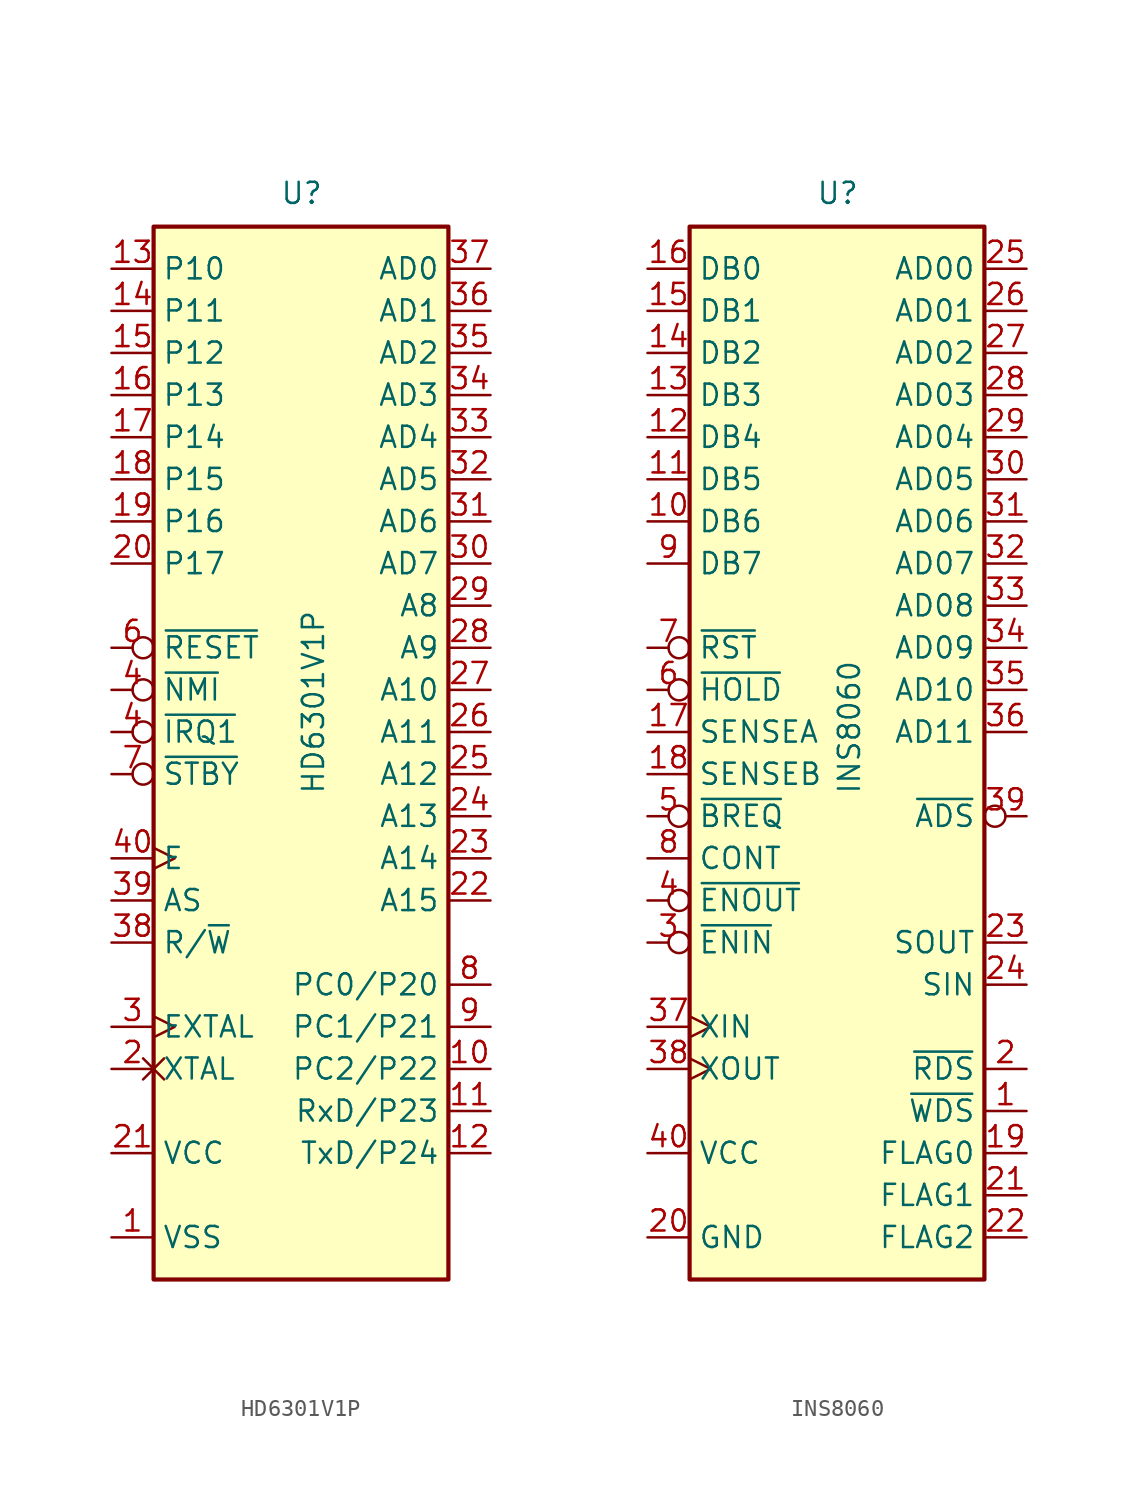
<source format=kicad_sym>
(kicad_symbol_lib
  (version 20220914)
  (generator kicad_symbol_editor)
  (symbol "HD6301V1P"
    (property "Reference" "U"
      (at -1.27 31.75 0)
      (effects (font (size 1.27 1.27)) (justify left bottom)))
    (property "Value" "HD6301V1P"
      (at 0 -3.81 90)
      (effects (font (size 1.27 1.27)) (justify left top)))
    (symbol "HD6301V1P_0_1"
      (rectangle (start -8.89 -33.02) (end 8.89 30.48) (stroke (width 0.254) (type default)) (fill (type background))))
    (symbol "HD6301V1P_1_1"
      (pin power_in line (at -11.43 -30.48 0) (length 2.54) (name "VSS" (effects (font (size 1.27 1.27)))) (number "1" (effects (font (size 1.27 1.27)))))
      (pin input line (at 11.43 -20.32 180) (length 2.54) (name "PC2/P22" (effects (font (size 1.27 1.27)))) (number "10" (effects (font (size 1.27 1.27)))))
      (pin input line (at 11.43 -22.86 180) (length 2.54) (name "RxD/P23" (effects (font (size 1.27 1.27)))) (number "11" (effects (font (size 1.27 1.27)))))
      (pin output line (at 11.43 -25.4 180) (length 2.54) (name "TxD/P24" (effects (font (size 1.27 1.27)))) (number "12" (effects (font (size 1.27 1.27)))))
      (pin bidirectional line (at -11.43 27.94 0) (length 2.54) (name "P10" (effects (font (size 1.27 1.27)))) (number "13" (effects (font (size 1.27 1.27)))))
      (pin bidirectional line (at -11.43 25.4 0) (length 2.54) (name "P11" (effects (font (size 1.27 1.27)))) (number "14" (effects (font (size 1.27 1.27)))))
      (pin bidirectional line (at -11.43 22.86 0) (length 2.54) (name "P12" (effects (font (size 1.27 1.27)))) (number "15" (effects (font (size 1.27 1.27)))))
      (pin bidirectional line (at -11.43 20.32 0) (length 2.54) (name "P13" (effects (font (size 1.27 1.27)))) (number "16" (effects (font (size 1.27 1.27)))))
      (pin bidirectional line (at -11.43 17.78 0) (length 2.54) (name "P14" (effects (font (size 1.27 1.27)))) (number "17" (effects (font (size 1.27 1.27)))))
      (pin bidirectional line (at -11.43 15.24 0) (length 2.54) (name "P15" (effects (font (size 1.27 1.27)))) (number "18" (effects (font (size 1.27 1.27)))))
      (pin bidirectional line (at -11.43 12.7 0) (length 2.54) (name "P16" (effects (font (size 1.27 1.27)))) (number "19" (effects (font (size 1.27 1.27)))))
      (pin input non_logic (at -11.43 -20.32 0) (length 2.54) (name "XTAL" (effects (font (size 1.27 1.27)))) (number "2" (effects (font (size 1.27 1.27)))))
      (pin bidirectional line (at -11.43 10.16 0) (length 2.54) (name "P17" (effects (font (size 1.27 1.27)))) (number "20" (effects (font (size 1.27 1.27)))))
      (pin power_in line (at -11.43 -25.4 0) (length 2.54) (name "VCC" (effects (font (size 1.27 1.27)))) (number "21" (effects (font (size 1.27 1.27)))))
      (pin output line (at 11.43 -10.16 180) (length 2.54) (name "A15" (effects (font (size 1.27 1.27)))) (number "22" (effects (font (size 1.27 1.27)))))
      (pin output line (at 11.43 -7.62 180) (length 2.54) (name "A14" (effects (font (size 1.27 1.27)))) (number "23" (effects (font (size 1.27 1.27)))))
      (pin output line (at 11.43 -5.08 180) (length 2.54) (name "A13" (effects (font (size 1.27 1.27)))) (number "24" (effects (font (size 1.27 1.27)))))
      (pin output line (at 11.43 -2.54 180) (length 2.54) (name "A12" (effects (font (size 1.27 1.27)))) (number "25" (effects (font (size 1.27 1.27)))))
      (pin output line (at 11.43 0 180) (length 2.54) (name "A11" (effects (font (size 1.27 1.27)))) (number "26" (effects (font (size 1.27 1.27)))))
      (pin output line (at 11.43 2.54 180) (length 2.54) (name "A10" (effects (font (size 1.27 1.27)))) (number "27" (effects (font (size 1.27 1.27)))))
      (pin output line (at 11.43 5.08 180) (length 2.54) (name "A9" (effects (font (size 1.27 1.27)))) (number "28" (effects (font (size 1.27 1.27)))))
      (pin output line (at 11.43 7.62 180) (length 2.54) (name "A8" (effects (font (size 1.27 1.27)))) (number "29" (effects (font (size 1.27 1.27)))))
      (pin input clock (at -11.43 -17.78 0) (length 2.54) (name "EXTAL" (effects (font (size 1.27 1.27)))) (number "3" (effects (font (size 1.27 1.27)))))
      (pin bidirectional line (at 11.43 10.16 180) (length 2.54) (name "AD7" (effects (font (size 1.27 1.27)))) (number "30" (effects (font (size 1.27 1.27)))))
      (pin bidirectional line (at 11.43 12.7 180) (length 2.54) (name "AD6" (effects (font (size 1.27 1.27)))) (number "31" (effects (font (size 1.27 1.27)))))
      (pin bidirectional line (at 11.43 15.24 180) (length 2.54) (name "AD5" (effects (font (size 1.27 1.27)))) (number "32" (effects (font (size 1.27 1.27)))))
      (pin bidirectional line (at 11.43 17.78 180) (length 2.54) (name "AD4" (effects (font (size 1.27 1.27)))) (number "33" (effects (font (size 1.27 1.27)))))
      (pin bidirectional line (at 11.43 20.32 180) (length 2.54) (name "AD3" (effects (font (size 1.27 1.27)))) (number "34" (effects (font (size 1.27 1.27)))))
      (pin bidirectional line (at 11.43 22.86 180) (length 2.54) (name "AD2" (effects (font (size 1.27 1.27)))) (number "35" (effects (font (size 1.27 1.27)))))
      (pin bidirectional line (at 11.43 25.4 180) (length 2.54) (name "AD1" (effects (font (size 1.27 1.27)))) (number "36" (effects (font (size 1.27 1.27)))))
      (pin bidirectional line (at 11.43 27.94 180) (length 2.54) (name "AD0" (effects (font (size 1.27 1.27)))) (number "37" (effects (font (size 1.27 1.27)))))
      (pin output line (at -11.43 -12.7 0) (length 2.54) (name "R/~{W}" (effects (font (size 1.27 1.27)))) (number "38" (effects (font (size 1.27 1.27)))))
      (pin output line (at -11.43 -10.16 0) (length 2.54) (name "AS" (effects (font (size 1.27 1.27)))) (number "39" (effects (font (size 1.27 1.27)))))
      (pin input inverted (at -11.43 0 0) (length 2.54) (name "~{IRQ1}" (effects (font (size 1.27 1.27)))) (number "4" (effects (font (size 1.27 1.27)))))
      (pin input inverted (at -11.43 2.54 0) (length 2.54) (name "~{NMI}" (effects (font (size 1.27 1.27)))) (number "4" (effects (font (size 1.27 1.27)))))
      (pin output clock (at -11.43 -7.62 0) (length 2.54) (name "E" (effects (font (size 1.27 1.27)))) (number "40" (effects (font (size 1.27 1.27)))))
      (pin input inverted (at -11.43 5.08 0) (length 2.54) (name "~{RESET}" (effects (font (size 1.27 1.27)))) (number "6" (effects (font (size 1.27 1.27)))))
      (pin input inverted (at -11.43 -2.54 0) (length 2.54) (name "~{STBY}" (effects (font (size 1.27 1.27)))) (number "7" (effects (font (size 1.27 1.27)))))
      (pin output line (at 11.43 -15.24 180) (length 2.54) (name "PC0/P20" (effects (font (size 1.27 1.27)))) (number "8" (effects (font (size 1.27 1.27)))))
      (pin input line (at 11.43 -17.78 180) (length 2.54) (name "PC1/P21" (effects (font (size 1.27 1.27)))) (number "9" (effects (font (size 1.27 1.27)))))))
  (symbol "INS8060"
    (property "Reference" "U"
      (at -1.27 31.75 0)
      (effects (font (size 1.27 1.27)) (justify left bottom)))
    (property "Value" "INS8060"
      (at 0 -3.81 90)
      (effects (font (size 1.27 1.27)) (justify left top)))
    (symbol "INS8060_0_1"
      (rectangle (start -8.89 -33.02) (end 8.89 30.48) (stroke (width 0.254) (type default)) (fill (type background))))
    (symbol "INS8060_1_1"
      (pin output line (at 11.43 -22.86 180) (length 2.54) (name "~{WDS}" (effects (font (size 1.27 1.27)))) (number "1" (effects (font (size 1.27 1.27)))))
      (pin bidirectional line (at -11.43 12.7 0) (length 2.54) (name "DB6" (effects (font (size 1.27 1.27)))) (number "10" (effects (font (size 1.27 1.27)))))
      (pin bidirectional line (at -11.43 15.24 0) (length 2.54) (name "DB5" (effects (font (size 1.27 1.27)))) (number "11" (effects (font (size 1.27 1.27)))))
      (pin bidirectional line (at -11.43 17.78 0) (length 2.54) (name "DB4" (effects (font (size 1.27 1.27)))) (number "12" (effects (font (size 1.27 1.27)))))
      (pin bidirectional line (at -11.43 20.32 0) (length 2.54) (name "DB3" (effects (font (size 1.27 1.27)))) (number "13" (effects (font (size 1.27 1.27)))))
      (pin bidirectional line (at -11.43 22.86 0) (length 2.54) (name "DB2" (effects (font (size 1.27 1.27)))) (number "14" (effects (font (size 1.27 1.27)))))
      (pin bidirectional line (at -11.43 25.4 0) (length 2.54) (name "DB1" (effects (font (size 1.27 1.27)))) (number "15" (effects (font (size 1.27 1.27)))))
      (pin bidirectional line (at -11.43 27.94 0) (length 2.54) (name "DB0" (effects (font (size 1.27 1.27)))) (number "16" (effects (font (size 1.27 1.27)))))
      (pin input line (at -11.43 0 0) (length 2.54) (name "SENSEA" (effects (font (size 1.27 1.27)))) (number "17" (effects (font (size 1.27 1.27)))))
      (pin input line (at -11.43 -2.54 0) (length 2.54) (name "SENSEB" (effects (font (size 1.27 1.27)))) (number "18" (effects (font (size 1.27 1.27)))))
      (pin output line (at 11.43 -25.4 180) (length 2.54) (name "FLAG0" (effects (font (size 1.27 1.27)))) (number "19" (effects (font (size 1.27 1.27)))))
      (pin output line (at 11.43 -20.32 180) (length 2.54) (name "~{RDS}" (effects (font (size 1.27 1.27)))) (number "2" (effects (font (size 1.27 1.27)))))
      (pin power_in line (at -11.43 -30.48 0) (length 2.54) (name "GND" (effects (font (size 1.27 1.27)))) (number "20" (effects (font (size 1.27 1.27)))))
      (pin output line (at 11.43 -27.94 180) (length 2.54) (name "FLAG1" (effects (font (size 1.27 1.27)))) (number "21" (effects (font (size 1.27 1.27)))))
      (pin output line (at 11.43 -30.48 180) (length 2.54) (name "FLAG2" (effects (font (size 1.27 1.27)))) (number "22" (effects (font (size 1.27 1.27)))))
      (pin output line (at 11.43 -12.7 180) (length 2.54) (name "SOUT" (effects (font (size 1.27 1.27)))) (number "23" (effects (font (size 1.27 1.27)))))
      (pin input line (at 11.43 -15.24 180) (length 2.54) (name "SIN" (effects (font (size 1.27 1.27)))) (number "24" (effects (font (size 1.27 1.27)))))
      (pin output line (at 11.43 27.94 180) (length 2.54) (name "AD00" (effects (font (size 1.27 1.27)))) (number "25" (effects (font (size 1.27 1.27)))))
      (pin output line (at 11.43 25.4 180) (length 2.54) (name "AD01" (effects (font (size 1.27 1.27)))) (number "26" (effects (font (size 1.27 1.27)))))
      (pin output line (at 11.43 22.86 180) (length 2.54) (name "AD02" (effects (font (size 1.27 1.27)))) (number "27" (effects (font (size 1.27 1.27)))))
      (pin output line (at 11.43 20.32 180) (length 2.54) (name "AD03" (effects (font (size 1.27 1.27)))) (number "28" (effects (font (size 1.27 1.27)))))
      (pin output line (at 11.43 17.78 180) (length 2.54) (name "AD04" (effects (font (size 1.27 1.27)))) (number "29" (effects (font (size 1.27 1.27)))))
      (pin input inverted (at -11.43 -12.7 0) (length 2.54) (name "~{ENIN}" (effects (font (size 1.27 1.27)))) (number "3" (effects (font (size 1.27 1.27)))))
      (pin output line (at 11.43 15.24 180) (length 2.54) (name "AD05" (effects (font (size 1.27 1.27)))) (number "30" (effects (font (size 1.27 1.27)))))
      (pin output line (at 11.43 12.7 180) (length 2.54) (name "AD06" (effects (font (size 1.27 1.27)))) (number "31" (effects (font (size 1.27 1.27)))))
      (pin output line (at 11.43 10.16 180) (length 2.54) (name "AD07" (effects (font (size 1.27 1.27)))) (number "32" (effects (font (size 1.27 1.27)))))
      (pin output line (at 11.43 7.62 180) (length 2.54) (name "AD08" (effects (font (size 1.27 1.27)))) (number "33" (effects (font (size 1.27 1.27)))))
      (pin output line (at 11.43 5.08 180) (length 2.54) (name "AD09" (effects (font (size 1.27 1.27)))) (number "34" (effects (font (size 1.27 1.27)))))
      (pin output line (at 11.43 2.54 180) (length 2.54) (name "AD10" (effects (font (size 1.27 1.27)))) (number "35" (effects (font (size 1.27 1.27)))))
      (pin output line (at 11.43 0 180) (length 2.54) (name "AD11" (effects (font (size 1.27 1.27)))) (number "36" (effects (font (size 1.27 1.27)))))
      (pin input clock (at -11.43 -17.78 0) (length 2.54) (name "XIN" (effects (font (size 1.27 1.27)))) (number "37" (effects (font (size 1.27 1.27)))))
      (pin output clock (at -11.43 -20.32 0) (length 2.54) (name "XOUT" (effects (font (size 1.27 1.27)))) (number "38" (effects (font (size 1.27 1.27)))))
      (pin output inverted (at 11.43 -5.08 180) (length 2.54) (name "~{ADS}" (effects (font (size 1.27 1.27)))) (number "39" (effects (font (size 1.27 1.27)))))
      (pin output inverted (at -11.43 -10.16 0) (length 2.54) (name "~{ENOUT}" (effects (font (size 1.27 1.27)))) (number "4" (effects (font (size 1.27 1.27)))))
      (pin power_in line (at -11.43 -25.4 0) (length 2.54) (name "VCC" (effects (font (size 1.27 1.27)))) (number "40" (effects (font (size 1.27 1.27)))))
      (pin input inverted (at -11.43 -5.08 0) (length 2.54) (name "~{BREQ}" (effects (font (size 1.27 1.27)))) (number "5" (effects (font (size 1.27 1.27)))))
      (pin input inverted (at -11.43 2.54 0) (length 2.54) (name "~{HOLD}" (effects (font (size 1.27 1.27)))) (number "6" (effects (font (size 1.27 1.27)))))
      (pin input inverted (at -11.43 5.08 0) (length 2.54) (name "~{RST}" (effects (font (size 1.27 1.27)))) (number "7" (effects (font (size 1.27 1.27)))))
      (pin input line (at -11.43 -7.62 0) (length 2.54) (name "CONT" (effects (font (size 1.27 1.27)))) (number "8" (effects (font (size 1.27 1.27)))))
      (pin bidirectional line (at -11.43 10.16 0) (length 2.54) (name "DB7" (effects (font (size 1.27 1.27)))) (number "9" (effects (font (size 1.27 1.27))))))))
</source>
